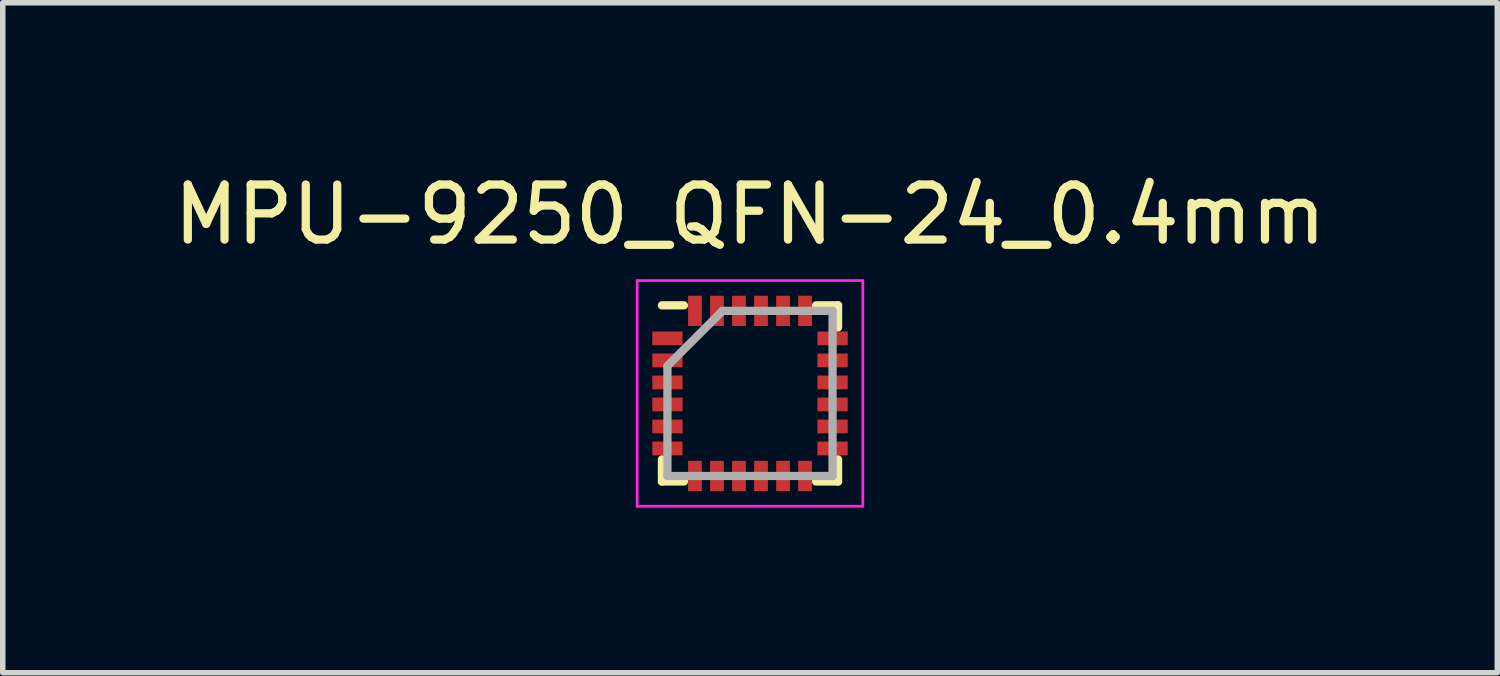
<source format=kicad_pcb>
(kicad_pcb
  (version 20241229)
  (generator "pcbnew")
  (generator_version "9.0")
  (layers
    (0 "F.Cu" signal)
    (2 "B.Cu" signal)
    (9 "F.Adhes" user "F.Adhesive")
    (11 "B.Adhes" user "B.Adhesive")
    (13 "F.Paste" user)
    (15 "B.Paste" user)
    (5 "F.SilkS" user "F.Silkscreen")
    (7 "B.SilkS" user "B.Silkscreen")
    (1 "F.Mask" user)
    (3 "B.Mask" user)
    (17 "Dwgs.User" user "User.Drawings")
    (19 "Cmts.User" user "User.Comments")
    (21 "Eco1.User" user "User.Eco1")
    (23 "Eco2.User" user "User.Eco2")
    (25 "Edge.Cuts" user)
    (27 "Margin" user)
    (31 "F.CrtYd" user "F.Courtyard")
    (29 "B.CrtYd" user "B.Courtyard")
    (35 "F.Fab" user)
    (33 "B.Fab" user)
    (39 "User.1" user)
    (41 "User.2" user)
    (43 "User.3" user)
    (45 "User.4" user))
  (footprint "MPU-9250_QFN-24_0.4mm"
    (layer "F.Cu")
    (at 10.577 4.098)
    (property "Reference" "MPU-9250_QFN-24_0.4mm" (at 0 -3.25 0) (layer "F.SilkS") (effects (font (size 1 1) (thickness 0.15))))
    (attr smd)
    (fp_line (start -1.6 -1.6) (end -1.2 -1.6) (stroke (width 0.15) (type solid)) (layer "F.SilkS"))
    (fp_line (start -1.6 1.6) (end -1.6 1.2) (stroke (width 0.15) (type solid)) (layer "F.SilkS"))
    (fp_line (start -1.6 1.6) (end -1.2 1.6) (stroke (width 0.15) (type solid)) (layer "F.SilkS"))
    (fp_line (start 1.6 -1.6) (end 1.2 -1.6) (stroke (width 0.15) (type solid)) (layer "F.SilkS"))
    (fp_line (start 1.6 -1.6) (end 1.6 -1.2) (stroke (width 0.15) (type solid)) (layer "F.SilkS"))
    (fp_line (start 1.6 1.6) (end 1.2 1.6) (stroke (width 0.15) (type solid)) (layer "F.SilkS"))
    (fp_line (start 1.6 1.6) (end 1.6 1.2) (stroke (width 0.15) (type solid)) (layer "F.SilkS"))
    (fp_line (start -2.05 -2.05) (end 2.05 -2.05) (stroke (width 0.05) (type solid)) (layer "F.CrtYd"))
    (fp_line (start -2.05 2.05) (end -2.05 -2.05) (stroke (width 0.05) (type solid)) (layer "F.CrtYd"))
    (fp_line (start 2.05 -2.05) (end 2.05 2.05) (stroke (width 0.05) (type solid)) (layer "F.CrtYd"))
    (fp_line (start 2.05 2.05) (end -2.05 2.05) (stroke (width 0.05) (type solid)) (layer "F.CrtYd"))
    (fp_line (start -1.5 -0.5) (end -0.5 -1.5) (stroke (width 0.15) (type solid)) (layer "F.Fab"))
    (fp_line (start -1.5 1.5) (end -1.5 -0.5) (stroke (width 0.15) (type solid)) (layer "F.Fab"))
    (fp_line (start -0.5 -1.5) (end 1.5 -1.5) (stroke (width 0.15) (type solid)) (layer "F.Fab"))
    (fp_line (start 1.5 -1.5) (end 1.5 1.5) (stroke (width 0.15) (type solid)) (layer "F.Fab"))
    (fp_line (start 1.5 1.5) (end -1.5 1.5) (stroke (width 0.15) (type solid)) (layer "F.Fab"))
    (pad "1" smd rect (at -1.5 -1) (size 0.55 0.25) (layers "F.Cu" "F.Mask" "F.Paste"))
    (pad "2" smd rect (at -1.5 -0.6) (size 0.55 0.25) (layers "F.Cu" "F.Mask" "F.Paste"))
    (pad "3" smd rect (at -1.5 -0.2) (size 0.55 0.25) (layers "F.Cu" "F.Mask" "F.Paste"))
    (pad "4" smd rect (at -1.5 0.2) (size 0.55 0.25) (layers "F.Cu" "F.Mask" "F.Paste"))
    (pad "5" smd rect (at -1.5 0.6) (size 0.55 0.25) (layers "F.Cu" "F.Mask" "F.Paste"))
    (pad "6" smd rect (at -1.5 1) (size 0.55 0.25) (layers "F.Cu" "F.Mask" "F.Paste"))
    (pad "7" smd rect (at -1 1.5 90) (size 0.55 0.25) (layers "F.Cu" "F.Mask" "F.Paste"))
    (pad "8" smd rect (at -0.6 1.5 90) (size 0.55 0.25) (layers "F.Cu" "F.Mask" "F.Paste"))
    (pad "9" smd rect (at -0.2 1.5 90) (size 0.55 0.25) (layers "F.Cu" "F.Mask" "F.Paste"))
    (pad "10" smd rect (at 0.2 1.5 90) (size 0.55 0.25) (layers "F.Cu" "F.Mask" "F.Paste"))
    (pad "11" smd rect (at 0.6 1.5 90) (size 0.55 0.25) (layers "F.Cu" "F.Mask" "F.Paste"))
    (pad "12" smd rect (at 1 1.5 90) (size 0.55 0.25) (layers "F.Cu" "F.Mask" "F.Paste"))
    (pad "13" smd rect (at 1.5 1) (size 0.55 0.25) (layers "F.Cu" "F.Mask" "F.Paste"))
    (pad "14" smd rect (at 1.5 0.6) (size 0.55 0.25) (layers "F.Cu" "F.Mask" "F.Paste"))
    (pad "15" smd rect (at 1.5 0.2) (size 0.55 0.25) (layers "F.Cu" "F.Mask" "F.Paste"))
    (pad "16" smd rect (at 1.5 -0.2) (size 0.55 0.25) (layers "F.Cu" "F.Mask" "F.Paste"))
    (pad "17" smd rect (at 1.5 -0.6) (size 0.55 0.25) (layers "F.Cu" "F.Mask" "F.Paste"))
    (pad "18" smd rect (at 1.5 -1) (size 0.55 0.25) (layers "F.Cu" "F.Mask" "F.Paste"))
    (pad "19" smd rect (at 1 -1.5 90) (size 0.55 0.25) (layers "F.Cu" "F.Mask" "F.Paste"))
    (pad "20" smd rect (at 0.6 -1.5 90) (size 0.55 0.25) (layers "F.Cu" "F.Mask" "F.Paste"))
    (pad "21" smd rect (at 0.2 -1.5 90) (size 0.55 0.25) (layers "F.Cu" "F.Mask" "F.Paste"))
    (pad "22" smd rect (at -0.2 -1.5 90) (size 0.55 0.25) (layers "F.Cu" "F.Mask" "F.Paste"))
    (pad "23" smd rect (at -0.6 -1.5 90) (size 0.55 0.25) (layers "F.Cu" "F.Mask" "F.Paste"))
    (pad "24" smd rect (at -1 -1.5 90) (size 0.55 0.25) (layers "F.Cu" "F.Mask" "F.Paste")))
  (gr_rect
    (start -3 -3)
    (end 24.155 9.173)
    (stroke (width 0.1) (type default))
    (fill no)
    (layer "Edge.Cuts")))
</source>
